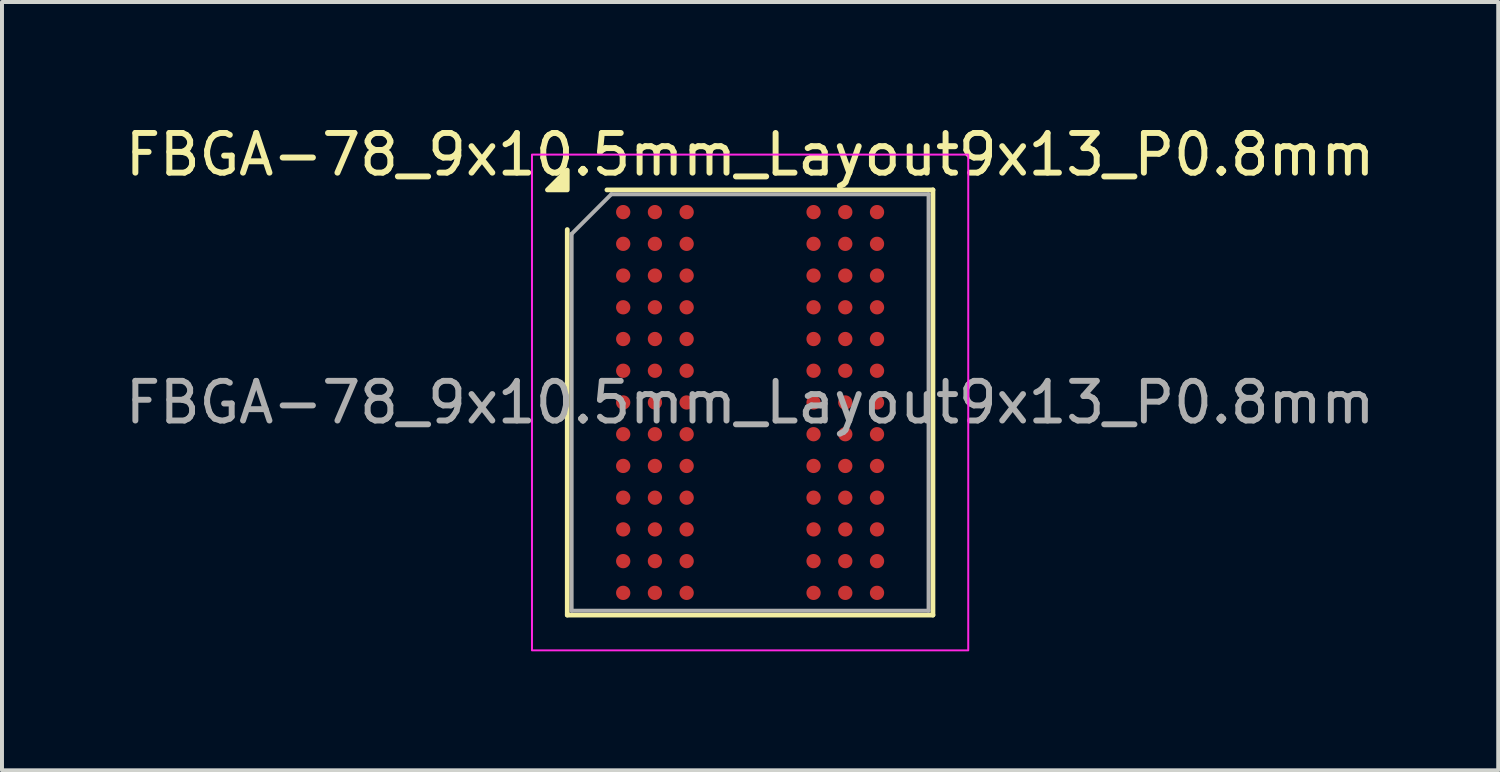
<source format=kicad_pcb>
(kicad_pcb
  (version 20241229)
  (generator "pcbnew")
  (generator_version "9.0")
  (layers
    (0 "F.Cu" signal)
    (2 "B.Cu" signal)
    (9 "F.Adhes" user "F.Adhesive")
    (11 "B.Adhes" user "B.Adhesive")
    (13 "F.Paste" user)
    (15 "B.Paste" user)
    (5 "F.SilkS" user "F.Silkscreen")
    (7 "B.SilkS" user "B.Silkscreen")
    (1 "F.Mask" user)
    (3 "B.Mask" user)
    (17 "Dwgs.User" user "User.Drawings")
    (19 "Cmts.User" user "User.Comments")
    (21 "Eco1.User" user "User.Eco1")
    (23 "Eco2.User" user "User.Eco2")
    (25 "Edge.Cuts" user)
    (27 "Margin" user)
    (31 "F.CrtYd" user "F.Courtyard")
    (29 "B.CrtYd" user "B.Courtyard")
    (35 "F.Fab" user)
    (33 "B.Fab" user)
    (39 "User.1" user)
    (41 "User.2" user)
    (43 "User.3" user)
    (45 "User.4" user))
  (footprint "FBGA-78_9x10.5mm_Layout9x13_P0.8mm"
    (layer "F.Cu")
    (at 15.863 7.098)
    (property "Reference" "FBGA-78_9x10.5mm_Layout9x13_P0.8mm" (at 0 -6.25 0) (layer "F.SilkS") (effects (font (size 1 1) (thickness 0.15))))
    (attr smd)
    (fp_line (start -4.61 5.36) (end -4.61 -4.36) (stroke (width 0.12) (type solid)) (layer "F.SilkS"))
    (fp_line (start -3.61 -5.36) (end 4.61 -5.36) (stroke (width 0.12) (type solid)) (layer "F.SilkS"))
    (fp_line (start 4.61 -5.36) (end 4.61 5.36) (stroke (width 0.12) (type solid)) (layer "F.SilkS"))
    (fp_line (start 4.61 5.36) (end -4.61 5.36) (stroke (width 0.12) (type solid)) (layer "F.SilkS"))
    (fp_poly (pts (xy -4.61 -5.36) (xy -5.11 -5.36) (xy -4.61 -5.86)) (stroke (width 0.12) (type solid)) (fill yes) (layer "F.SilkS"))
    (fp_rect (start -5.5 -6.25) (end 5.5 6.25) (stroke (width 0.05) (type solid)) (fill no) (layer "F.CrtYd"))
    (fp_line (start -4.5 -4.25) (end -3.5 -5.25) (stroke (width 0.1) (type solid)) (layer "F.Fab"))
    (fp_line (start -4.5 5.25) (end -4.5 -4.25) (stroke (width 0.1) (type solid)) (layer "F.Fab"))
    (fp_line (start -3.5 -5.25) (end 4.5 -5.25) (stroke (width 0.1) (type solid)) (layer "F.Fab"))
    (fp_line (start 4.5 -5.25) (end 4.5 5.25) (stroke (width 0.1) (type solid)) (layer "F.Fab"))
    (fp_line (start 4.5 5.25) (end -4.5 5.25) (stroke (width 0.1) (type solid)) (layer "F.Fab"))
    (fp_text user "${REFERENCE}" (at 0 0 0) (layer "F.Fab") (effects (font (size 1 1) (thickness 0.15))))
    (pad "A1" smd circle (at -3.2 -4.8) (size 0.36 0.36) (property pad_prop_bga) (layers "F.Cu" "F.Mask" "F.Paste"))
    (pad "A2" smd circle (at -2.4 -4.8) (size 0.36 0.36) (property pad_prop_bga) (layers "F.Cu" "F.Mask" "F.Paste"))
    (pad "A3" smd circle (at -1.6 -4.8) (size 0.36 0.36) (property pad_prop_bga) (layers "F.Cu" "F.Mask" "F.Paste"))
    (pad "A7" smd circle (at 1.6 -4.8) (size 0.36 0.36) (property pad_prop_bga) (layers "F.Cu" "F.Mask" "F.Paste"))
    (pad "A8" smd circle (at 2.4 -4.8) (size 0.36 0.36) (property pad_prop_bga) (layers "F.Cu" "F.Mask" "F.Paste"))
    (pad "A9" smd circle (at 3.2 -4.8) (size 0.36 0.36) (property pad_prop_bga) (layers "F.Cu" "F.Mask" "F.Paste"))
    (pad "B1" smd circle (at -3.2 -4) (size 0.36 0.36) (property pad_prop_bga) (layers "F.Cu" "F.Mask" "F.Paste"))
    (pad "B2" smd circle (at -2.4 -4) (size 0.36 0.36) (property pad_prop_bga) (layers "F.Cu" "F.Mask" "F.Paste"))
    (pad "B3" smd circle (at -1.6 -4) (size 0.36 0.36) (property pad_prop_bga) (layers "F.Cu" "F.Mask" "F.Paste"))
    (pad "B7" smd circle (at 1.6 -4) (size 0.36 0.36) (property pad_prop_bga) (layers "F.Cu" "F.Mask" "F.Paste"))
    (pad "B8" smd circle (at 2.4 -4) (size 0.36 0.36) (property pad_prop_bga) (layers "F.Cu" "F.Mask" "F.Paste"))
    (pad "B9" smd circle (at 3.2 -4) (size 0.36 0.36) (property pad_prop_bga) (layers "F.Cu" "F.Mask" "F.Paste"))
    (pad "C1" smd circle (at -3.2 -3.2) (size 0.36 0.36) (property pad_prop_bga) (layers "F.Cu" "F.Mask" "F.Paste"))
    (pad "C2" smd circle (at -2.4 -3.2) (size 0.36 0.36) (property pad_prop_bga) (layers "F.Cu" "F.Mask" "F.Paste"))
    (pad "C3" smd circle (at -1.6 -3.2) (size 0.36 0.36) (property pad_prop_bga) (layers "F.Cu" "F.Mask" "F.Paste"))
    (pad "C7" smd circle (at 1.6 -3.2) (size 0.36 0.36) (property pad_prop_bga) (layers "F.Cu" "F.Mask" "F.Paste"))
    (pad "C8" smd circle (at 2.4 -3.2) (size 0.36 0.36) (property pad_prop_bga) (layers "F.Cu" "F.Mask" "F.Paste"))
    (pad "C9" smd circle (at 3.2 -3.2) (size 0.36 0.36) (property pad_prop_bga) (layers "F.Cu" "F.Mask" "F.Paste"))
    (pad "D1" smd circle (at -3.2 -2.4) (size 0.36 0.36) (property pad_prop_bga) (layers "F.Cu" "F.Mask" "F.Paste"))
    (pad "D2" smd circle (at -2.4 -2.4) (size 0.36 0.36) (property pad_prop_bga) (layers "F.Cu" "F.Mask" "F.Paste"))
    (pad "D3" smd circle (at -1.6 -2.4) (size 0.36 0.36) (property pad_prop_bga) (layers "F.Cu" "F.Mask" "F.Paste"))
    (pad "D7" smd circle (at 1.6 -2.4) (size 0.36 0.36) (property pad_prop_bga) (layers "F.Cu" "F.Mask" "F.Paste"))
    (pad "D8" smd circle (at 2.4 -2.4) (size 0.36 0.36) (property pad_prop_bga) (layers "F.Cu" "F.Mask" "F.Paste"))
    (pad "D9" smd circle (at 3.2 -2.4) (size 0.36 0.36) (property pad_prop_bga) (layers "F.Cu" "F.Mask" "F.Paste"))
    (pad "E1" smd circle (at -3.2 -1.6) (size 0.36 0.36) (property pad_prop_bga) (layers "F.Cu" "F.Mask" "F.Paste"))
    (pad "E2" smd circle (at -2.4 -1.6) (size 0.36 0.36) (property pad_prop_bga) (layers "F.Cu" "F.Mask" "F.Paste"))
    (pad "E3" smd circle (at -1.6 -1.6) (size 0.36 0.36) (property pad_prop_bga) (layers "F.Cu" "F.Mask" "F.Paste"))
    (pad "E7" smd circle (at 1.6 -1.6) (size 0.36 0.36) (property pad_prop_bga) (layers "F.Cu" "F.Mask" "F.Paste"))
    (pad "E8" smd circle (at 2.4 -1.6) (size 0.36 0.36) (property pad_prop_bga) (layers "F.Cu" "F.Mask" "F.Paste"))
    (pad "E9" smd circle (at 3.2 -1.6) (size 0.36 0.36) (property pad_prop_bga) (layers "F.Cu" "F.Mask" "F.Paste"))
    (pad "F1" smd circle (at -3.2 -0.8) (size 0.36 0.36) (property pad_prop_bga) (layers "F.Cu" "F.Mask" "F.Paste"))
    (pad "F2" smd circle (at -2.4 -0.8) (size 0.36 0.36) (property pad_prop_bga) (layers "F.Cu" "F.Mask" "F.Paste"))
    (pad "F3" smd circle (at -1.6 -0.8) (size 0.36 0.36) (property pad_prop_bga) (layers "F.Cu" "F.Mask" "F.Paste"))
    (pad "F7" smd circle (at 1.6 -0.8) (size 0.36 0.36) (property pad_prop_bga) (layers "F.Cu" "F.Mask" "F.Paste"))
    (pad "F8" smd circle (at 2.4 -0.8) (size 0.36 0.36) (property pad_prop_bga) (layers "F.Cu" "F.Mask" "F.Paste"))
    (pad "F9" smd circle (at 3.2 -0.8) (size 0.36 0.36) (property pad_prop_bga) (layers "F.Cu" "F.Mask" "F.Paste"))
    (pad "G1" smd circle (at -3.2 0) (size 0.36 0.36) (property pad_prop_bga) (layers "F.Cu" "F.Mask" "F.Paste"))
    (pad "G2" smd circle (at -2.4 0) (size 0.36 0.36) (property pad_prop_bga) (layers "F.Cu" "F.Mask" "F.Paste"))
    (pad "G3" smd circle (at -1.6 0) (size 0.36 0.36) (property pad_prop_bga) (layers "F.Cu" "F.Mask" "F.Paste"))
    (pad "G7" smd circle (at 1.6 0) (size 0.36 0.36) (property pad_prop_bga) (layers "F.Cu" "F.Mask" "F.Paste"))
    (pad "G8" smd circle (at 2.4 0) (size 0.36 0.36) (property pad_prop_bga) (layers "F.Cu" "F.Mask" "F.Paste"))
    (pad "G9" smd circle (at 3.2 0) (size 0.36 0.36) (property pad_prop_bga) (layers "F.Cu" "F.Mask" "F.Paste"))
    (pad "H1" smd circle (at -3.2 0.8) (size 0.36 0.36) (property pad_prop_bga) (layers "F.Cu" "F.Mask" "F.Paste"))
    (pad "H2" smd circle (at -2.4 0.8) (size 0.36 0.36) (property pad_prop_bga) (layers "F.Cu" "F.Mask" "F.Paste"))
    (pad "H3" smd circle (at -1.6 0.8) (size 0.36 0.36) (property pad_prop_bga) (layers "F.Cu" "F.Mask" "F.Paste"))
    (pad "H7" smd circle (at 1.6 0.8) (size 0.36 0.36) (property pad_prop_bga) (layers "F.Cu" "F.Mask" "F.Paste"))
    (pad "H8" smd circle (at 2.4 0.8) (size 0.36 0.36) (property pad_prop_bga) (layers "F.Cu" "F.Mask" "F.Paste"))
    (pad "H9" smd circle (at 3.2 0.8) (size 0.36 0.36) (property pad_prop_bga) (layers "F.Cu" "F.Mask" "F.Paste"))
    (pad "J1" smd circle (at -3.2 1.6) (size 0.36 0.36) (property pad_prop_bga) (layers "F.Cu" "F.Mask" "F.Paste"))
    (pad "J2" smd circle (at -2.4 1.6) (size 0.36 0.36) (property pad_prop_bga) (layers "F.Cu" "F.Mask" "F.Paste"))
    (pad "J3" smd circle (at -1.6 1.6) (size 0.36 0.36) (property pad_prop_bga) (layers "F.Cu" "F.Mask" "F.Paste"))
    (pad "J7" smd circle (at 1.6 1.6) (size 0.36 0.36) (property pad_prop_bga) (layers "F.Cu" "F.Mask" "F.Paste"))
    (pad "J8" smd circle (at 2.4 1.6) (size 0.36 0.36) (property pad_prop_bga) (layers "F.Cu" "F.Mask" "F.Paste"))
    (pad "J9" smd circle (at 3.2 1.6) (size 0.36 0.36) (property pad_prop_bga) (layers "F.Cu" "F.Mask" "F.Paste"))
    (pad "K1" smd circle (at -3.2 2.4) (size 0.36 0.36) (property pad_prop_bga) (layers "F.Cu" "F.Mask" "F.Paste"))
    (pad "K2" smd circle (at -2.4 2.4) (size 0.36 0.36) (property pad_prop_bga) (layers "F.Cu" "F.Mask" "F.Paste"))
    (pad "K3" smd circle (at -1.6 2.4) (size 0.36 0.36) (property pad_prop_bga) (layers "F.Cu" "F.Mask" "F.Paste"))
    (pad "K7" smd circle (at 1.6 2.4) (size 0.36 0.36) (property pad_prop_bga) (layers "F.Cu" "F.Mask" "F.Paste"))
    (pad "K8" smd circle (at 2.4 2.4) (size 0.36 0.36) (property pad_prop_bga) (layers "F.Cu" "F.Mask" "F.Paste"))
    (pad "K9" smd circle (at 3.2 2.4) (size 0.36 0.36) (property pad_prop_bga) (layers "F.Cu" "F.Mask" "F.Paste"))
    (pad "L1" smd circle (at -3.2 3.2) (size 0.36 0.36) (property pad_prop_bga) (layers "F.Cu" "F.Mask" "F.Paste"))
    (pad "L2" smd circle (at -2.4 3.2) (size 0.36 0.36) (property pad_prop_bga) (layers "F.Cu" "F.Mask" "F.Paste"))
    (pad "L3" smd circle (at -1.6 3.2) (size 0.36 0.36) (property pad_prop_bga) (layers "F.Cu" "F.Mask" "F.Paste"))
    (pad "L7" smd circle (at 1.6 3.2) (size 0.36 0.36) (property pad_prop_bga) (layers "F.Cu" "F.Mask" "F.Paste"))
    (pad "L8" smd circle (at 2.4 3.2) (size 0.36 0.36) (property pad_prop_bga) (layers "F.Cu" "F.Mask" "F.Paste"))
    (pad "L9" smd circle (at 3.2 3.2) (size 0.36 0.36) (property pad_prop_bga) (layers "F.Cu" "F.Mask" "F.Paste"))
    (pad "M1" smd circle (at -3.2 4) (size 0.36 0.36) (property pad_prop_bga) (layers "F.Cu" "F.Mask" "F.Paste"))
    (pad "M2" smd circle (at -2.4 4) (size 0.36 0.36) (property pad_prop_bga) (layers "F.Cu" "F.Mask" "F.Paste"))
    (pad "M3" smd circle (at -1.6 4) (size 0.36 0.36) (property pad_prop_bga) (layers "F.Cu" "F.Mask" "F.Paste"))
    (pad "M7" smd circle (at 1.6 4) (size 0.36 0.36) (property pad_prop_bga) (layers "F.Cu" "F.Mask" "F.Paste"))
    (pad "M8" smd circle (at 2.4 4) (size 0.36 0.36) (property pad_prop_bga) (layers "F.Cu" "F.Mask" "F.Paste"))
    (pad "M9" smd circle (at 3.2 4) (size 0.36 0.36) (property pad_prop_bga) (layers "F.Cu" "F.Mask" "F.Paste"))
    (pad "N1" smd circle (at -3.2 4.8) (size 0.36 0.36) (property pad_prop_bga) (layers "F.Cu" "F.Mask" "F.Paste"))
    (pad "N2" smd circle (at -2.4 4.8) (size 0.36 0.36) (property pad_prop_bga) (layers "F.Cu" "F.Mask" "F.Paste"))
    (pad "N3" smd circle (at -1.6 4.8) (size 0.36 0.36) (property pad_prop_bga) (layers "F.Cu" "F.Mask" "F.Paste"))
    (pad "N7" smd circle (at 1.6 4.8) (size 0.36 0.36) (property pad_prop_bga) (layers "F.Cu" "F.Mask" "F.Paste"))
    (pad "N8" smd circle (at 2.4 4.8) (size 0.36 0.36) (property pad_prop_bga) (layers "F.Cu" "F.Mask" "F.Paste"))
    (pad "N9" smd circle (at 3.2 4.8) (size 0.36 0.36) (property pad_prop_bga) (layers "F.Cu" "F.Mask" "F.Paste")))
  (gr_rect
    (start -3 -3)
    (end 34.726 16.373)
    (stroke (width 0.1) (type default))
    (fill no)
    (layer "Edge.Cuts")))
</source>
